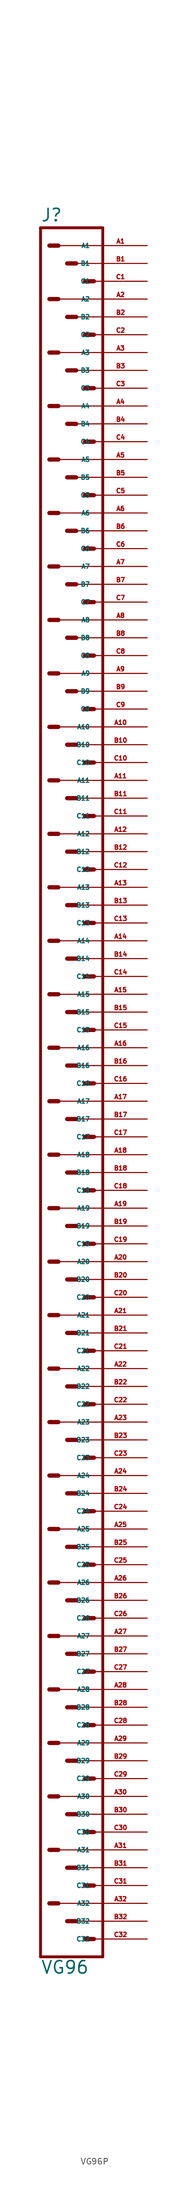
<source format=kicad_sym>
(kicad_symbol_lib
  (version 20220914)
  (generator Eagle2Kicad)
  (symbol "VG96P"
    (property "Reference" "J"
      (at -5.08 112.522 0)
      (effects (font (size 1.778 1.778) (thickness 0.22)) (justify left bottom)))
    (property "Value" "VG96"
      (at -5.08 -137.16 0)
      (effects (font (size 1.778 1.778) (thickness 0.22)) (justify left bottom)))
    (polyline
      (pts (xy 3.81 -134.62) (xy -5.08 -134.62))
      (stroke (width 0.406) (type default))
      (fill (type none)))
    (polyline
      (pts (xy -5.08 111.76) (xy -5.08 -134.62))
      (stroke (width 0.406) (type default))
      (fill (type none)))
    (polyline
      (pts (xy -5.08 111.76) (xy 3.81 111.76))
      (stroke (width 0.406) (type default))
      (fill (type none)))
    (polyline
      (pts (xy 3.81 -134.62) (xy 3.81 111.76))
      (stroke (width 0.406) (type default))
      (fill (type none)))
    (polyline
      (pts (xy 2.54 106.68) (xy 0 106.68))
      (stroke (width 0.152) (type default))
      (fill (type none)))
    (polyline
      (pts (xy -2.54 109.22) (xy 2.54 109.22))
      (stroke (width 0.152) (type default))
      (fill (type none)))
    (polyline
      (pts (xy 2.54 99.06) (xy 0 99.06))
      (stroke (width 0.152) (type default))
      (fill (type none)))
    (polyline
      (pts (xy -2.54 101.6) (xy 2.54 101.6))
      (stroke (width 0.152) (type default))
      (fill (type none)))
    (polyline
      (pts (xy 2.54 91.44) (xy 0 91.44))
      (stroke (width 0.152) (type default))
      (fill (type none)))
    (polyline
      (pts (xy -2.54 93.98) (xy 2.54 93.98))
      (stroke (width 0.152) (type default))
      (fill (type none)))
    (polyline
      (pts (xy -2.54 86.36) (xy 2.54 86.36))
      (stroke (width 0.152) (type default))
      (fill (type none)))
    (polyline
      (pts (xy 2.54 83.82) (xy 0 83.82))
      (stroke (width 0.152) (type default))
      (fill (type none)))
    (polyline
      (pts (xy 2.54 76.2) (xy 0 76.2))
      (stroke (width 0.152) (type default))
      (fill (type none)))
    (polyline
      (pts (xy -2.54 78.74) (xy 2.54 78.74))
      (stroke (width 0.152) (type default))
      (fill (type none)))
    (polyline
      (pts (xy 2.54 68.58) (xy 0 68.58))
      (stroke (width 0.152) (type default))
      (fill (type none)))
    (polyline
      (pts (xy -2.54 71.12) (xy 2.54 71.12))
      (stroke (width 0.152) (type default))
      (fill (type none)))
    (polyline
      (pts (xy 2.54 60.96) (xy 0 60.96))
      (stroke (width 0.152) (type default))
      (fill (type none)))
    (polyline
      (pts (xy -2.54 63.5) (xy 2.54 63.5))
      (stroke (width 0.152) (type default))
      (fill (type none)))
    (polyline
      (pts (xy 2.54 53.34) (xy 0 53.34))
      (stroke (width 0.152) (type default))
      (fill (type none)))
    (polyline
      (pts (xy -2.54 55.88) (xy 2.54 55.88))
      (stroke (width 0.152) (type default))
      (fill (type none)))
    (polyline
      (pts (xy 2.54 45.72) (xy 0 45.72))
      (stroke (width 0.152) (type default))
      (fill (type none)))
    (polyline
      (pts (xy -2.54 48.26) (xy 2.54 48.26))
      (stroke (width 0.152) (type default))
      (fill (type none)))
    (polyline
      (pts (xy 2.54 38.1) (xy 0 38.1))
      (stroke (width 0.152) (type default))
      (fill (type none)))
    (polyline
      (pts (xy -2.54 40.64) (xy 2.54 40.64))
      (stroke (width 0.152) (type default))
      (fill (type none)))
    (polyline
      (pts (xy 2.54 30.48) (xy 0 30.48))
      (stroke (width 0.152) (type default))
      (fill (type none)))
    (polyline
      (pts (xy -2.54 33.02) (xy 2.54 33.02))
      (stroke (width 0.152) (type default))
      (fill (type none)))
    (polyline
      (pts (xy 2.54 22.86) (xy 0 22.86))
      (stroke (width 0.152) (type default))
      (fill (type none)))
    (polyline
      (pts (xy -2.54 25.4) (xy 2.54 25.4))
      (stroke (width 0.152) (type default))
      (fill (type none)))
    (polyline
      (pts (xy 2.54 15.24) (xy 0 15.24))
      (stroke (width 0.152) (type default))
      (fill (type none)))
    (polyline
      (pts (xy -2.54 17.78) (xy 2.54 17.78))
      (stroke (width 0.152) (type default))
      (fill (type none)))
    (polyline
      (pts (xy 2.54 7.62) (xy 0 7.62))
      (stroke (width 0.152) (type default))
      (fill (type none)))
    (polyline
      (pts (xy -2.54 10.16) (xy 2.54 10.16))
      (stroke (width 0.152) (type default))
      (fill (type none)))
    (polyline
      (pts (xy 2.54 0) (xy 0 0))
      (stroke (width 0.152) (type default))
      (fill (type none)))
    (polyline
      (pts (xy -2.54 2.54) (xy 2.54 2.54))
      (stroke (width 0.152) (type default))
      (fill (type none)))
    (polyline
      (pts (xy 2.54 -7.62) (xy 0 -7.62))
      (stroke (width 0.152) (type default))
      (fill (type none)))
    (polyline
      (pts (xy -2.54 -5.08) (xy 2.54 -5.08))
      (stroke (width 0.152) (type default))
      (fill (type none)))
    (polyline
      (pts (xy 2.54 -15.24) (xy 0 -15.24))
      (stroke (width 0.152) (type default))
      (fill (type none)))
    (polyline
      (pts (xy -2.54 -12.7) (xy 2.54 -12.7))
      (stroke (width 0.152) (type default))
      (fill (type none)))
    (polyline
      (pts (xy 2.54 -22.86) (xy 0 -22.86))
      (stroke (width 0.152) (type default))
      (fill (type none)))
    (polyline
      (pts (xy -2.54 -20.32) (xy 2.54 -20.32))
      (stroke (width 0.152) (type default))
      (fill (type none)))
    (polyline
      (pts (xy 2.54 -30.48) (xy 0 -30.48))
      (stroke (width 0.152) (type default))
      (fill (type none)))
    (polyline
      (pts (xy -2.54 -27.94) (xy 2.54 -27.94))
      (stroke (width 0.152) (type default))
      (fill (type none)))
    (polyline
      (pts (xy 2.54 -38.1) (xy 0 -38.1))
      (stroke (width 0.152) (type default))
      (fill (type none)))
    (polyline
      (pts (xy -2.54 -35.56) (xy 2.54 -35.56))
      (stroke (width 0.152) (type default))
      (fill (type none)))
    (polyline
      (pts (xy 2.54 -45.72) (xy 0 -45.72))
      (stroke (width 0.152) (type default))
      (fill (type none)))
    (polyline
      (pts (xy -2.54 -43.18) (xy 2.54 -43.18))
      (stroke (width 0.152) (type default))
      (fill (type none)))
    (polyline
      (pts (xy 2.54 -53.34) (xy 0 -53.34))
      (stroke (width 0.152) (type default))
      (fill (type none)))
    (polyline
      (pts (xy -2.54 -50.8) (xy 2.54 -50.8))
      (stroke (width 0.152) (type default))
      (fill (type none)))
    (polyline
      (pts (xy 2.54 -60.96) (xy 0 -60.96))
      (stroke (width 0.152) (type default))
      (fill (type none)))
    (polyline
      (pts (xy -2.54 -58.42) (xy 2.54 -58.42))
      (stroke (width 0.152) (type default))
      (fill (type none)))
    (polyline
      (pts (xy 2.54 -68.58) (xy 0 -68.58))
      (stroke (width 0.152) (type default))
      (fill (type none)))
    (polyline
      (pts (xy -2.54 -66.04) (xy 2.54 -66.04))
      (stroke (width 0.152) (type default))
      (fill (type none)))
    (polyline
      (pts (xy 2.54 -76.2) (xy 0 -76.2))
      (stroke (width 0.152) (type default))
      (fill (type none)))
    (polyline
      (pts (xy -2.54 -73.66) (xy 2.54 -73.66))
      (stroke (width 0.152) (type default))
      (fill (type none)))
    (polyline
      (pts (xy 2.54 -83.82) (xy 0 -83.82))
      (stroke (width 0.152) (type default))
      (fill (type none)))
    (polyline
      (pts (xy -2.54 -81.28) (xy 2.54 -81.28))
      (stroke (width 0.152) (type default))
      (fill (type none)))
    (polyline
      (pts (xy 2.54 -91.44) (xy 0 -91.44))
      (stroke (width 0.152) (type default))
      (fill (type none)))
    (polyline
      (pts (xy 2.54 -99.06) (xy 0 -99.06))
      (stroke (width 0.152) (type default))
      (fill (type none)))
    (polyline
      (pts (xy 2.54 -106.68) (xy 0 -106.68))
      (stroke (width 0.152) (type default))
      (fill (type none)))
    (polyline
      (pts (xy -2.54 -88.9) (xy 2.54 -88.9))
      (stroke (width 0.152) (type default))
      (fill (type none)))
    (polyline
      (pts (xy -2.54 -96.52) (xy 2.54 -96.52))
      (stroke (width 0.152) (type default))
      (fill (type none)))
    (polyline
      (pts (xy -2.54 -104.14) (xy 2.54 -104.14))
      (stroke (width 0.152) (type default))
      (fill (type none)))
    (polyline
      (pts (xy 2.54 -114.3) (xy 0 -114.3))
      (stroke (width 0.152) (type default))
      (fill (type none)))
    (polyline
      (pts (xy -2.54 -111.76) (xy 2.54 -111.76))
      (stroke (width 0.152) (type default))
      (fill (type none)))
    (polyline
      (pts (xy 2.54 -121.92) (xy 0 -121.92))
      (stroke (width 0.152) (type default))
      (fill (type none)))
    (polyline
      (pts (xy -2.54 -119.38) (xy 2.54 -119.38))
      (stroke (width 0.152) (type default))
      (fill (type none)))
    (polyline
      (pts (xy -2.54 -127) (xy 2.54 -127))
      (stroke (width 0.152) (type default))
      (fill (type none)))
    (polyline
      (pts (xy 2.54 -129.54) (xy 0 -129.54))
      (stroke (width 0.152) (type default))
      (fill (type none)))
    (polyline
      (pts (xy -3.81 -127) (xy -2.54 -127))
      (stroke (width 0.61) (type default))
      (fill (type none)))
    (polyline
      (pts (xy -1.27 -129.54) (xy 0 -129.54))
      (stroke (width 0.61) (type default))
      (fill (type none)))
    (polyline
      (pts (xy 1.27 -132.08) (xy 2.54 -132.08))
      (stroke (width 0.61) (type default))
      (fill (type none)))
    (polyline
      (pts (xy -3.81 -119.38) (xy -2.54 -119.38))
      (stroke (width 0.61) (type default))
      (fill (type none)))
    (polyline
      (pts (xy -1.27 -121.92) (xy 0 -121.92))
      (stroke (width 0.61) (type default))
      (fill (type none)))
    (polyline
      (pts (xy 1.27 -124.46) (xy 2.54 -124.46))
      (stroke (width 0.61) (type default))
      (fill (type none)))
    (polyline
      (pts (xy -3.81 -111.76) (xy -2.54 -111.76))
      (stroke (width 0.61) (type default))
      (fill (type none)))
    (polyline
      (pts (xy -1.27 -114.3) (xy 0 -114.3))
      (stroke (width 0.61) (type default))
      (fill (type none)))
    (polyline
      (pts (xy 1.27 -116.84) (xy 2.54 -116.84))
      (stroke (width 0.61) (type default))
      (fill (type none)))
    (polyline
      (pts (xy -3.81 -104.14) (xy -2.54 -104.14))
      (stroke (width 0.61) (type default))
      (fill (type none)))
    (polyline
      (pts (xy -1.27 -106.68) (xy 0 -106.68))
      (stroke (width 0.61) (type default))
      (fill (type none)))
    (polyline
      (pts (xy 1.27 -109.22) (xy 2.54 -109.22))
      (stroke (width 0.61) (type default))
      (fill (type none)))
    (polyline
      (pts (xy -3.81 -96.52) (xy -2.54 -96.52))
      (stroke (width 0.61) (type default))
      (fill (type none)))
    (polyline
      (pts (xy -1.27 -99.06) (xy 0 -99.06))
      (stroke (width 0.61) (type default))
      (fill (type none)))
    (polyline
      (pts (xy 1.27 -101.6) (xy 2.54 -101.6))
      (stroke (width 0.61) (type default))
      (fill (type none)))
    (polyline
      (pts (xy -3.81 -88.9) (xy -2.54 -88.9))
      (stroke (width 0.61) (type default))
      (fill (type none)))
    (polyline
      (pts (xy -1.27 -91.44) (xy 0 -91.44))
      (stroke (width 0.61) (type default))
      (fill (type none)))
    (polyline
      (pts (xy 1.27 -93.98) (xy 2.54 -93.98))
      (stroke (width 0.61) (type default))
      (fill (type none)))
    (polyline
      (pts (xy -3.81 -81.28) (xy -2.54 -81.28))
      (stroke (width 0.61) (type default))
      (fill (type none)))
    (polyline
      (pts (xy -1.27 -83.82) (xy 0 -83.82))
      (stroke (width 0.61) (type default))
      (fill (type none)))
    (polyline
      (pts (xy 1.27 -86.36) (xy 2.54 -86.36))
      (stroke (width 0.61) (type default))
      (fill (type none)))
    (polyline
      (pts (xy -3.81 -73.66) (xy -2.54 -73.66))
      (stroke (width 0.61) (type default))
      (fill (type none)))
    (polyline
      (pts (xy -1.27 -76.2) (xy 0 -76.2))
      (stroke (width 0.61) (type default))
      (fill (type none)))
    (polyline
      (pts (xy 1.27 -78.74) (xy 2.54 -78.74))
      (stroke (width 0.61) (type default))
      (fill (type none)))
    (polyline
      (pts (xy -3.81 -66.04) (xy -2.54 -66.04))
      (stroke (width 0.61) (type default))
      (fill (type none)))
    (polyline
      (pts (xy -1.27 -68.58) (xy 0 -68.58))
      (stroke (width 0.61) (type default))
      (fill (type none)))
    (polyline
      (pts (xy 1.27 -71.12) (xy 2.54 -71.12))
      (stroke (width 0.61) (type default))
      (fill (type none)))
    (polyline
      (pts (xy -3.81 -58.42) (xy -2.54 -58.42))
      (stroke (width 0.61) (type default))
      (fill (type none)))
    (polyline
      (pts (xy -1.27 -60.96) (xy 0 -60.96))
      (stroke (width 0.61) (type default))
      (fill (type none)))
    (polyline
      (pts (xy 1.27 -63.5) (xy 2.54 -63.5))
      (stroke (width 0.61) (type default))
      (fill (type none)))
    (polyline
      (pts (xy -3.81 -50.8) (xy -2.54 -50.8))
      (stroke (width 0.61) (type default))
      (fill (type none)))
    (polyline
      (pts (xy -1.27 -53.34) (xy 0 -53.34))
      (stroke (width 0.61) (type default))
      (fill (type none)))
    (polyline
      (pts (xy 1.27 -55.88) (xy 2.54 -55.88))
      (stroke (width 0.61) (type default))
      (fill (type none)))
    (polyline
      (pts (xy -3.81 -43.18) (xy -2.54 -43.18))
      (stroke (width 0.61) (type default))
      (fill (type none)))
    (polyline
      (pts (xy -1.27 -45.72) (xy 0 -45.72))
      (stroke (width 0.61) (type default))
      (fill (type none)))
    (polyline
      (pts (xy 1.27 -48.26) (xy 2.54 -48.26))
      (stroke (width 0.61) (type default))
      (fill (type none)))
    (polyline
      (pts (xy -3.81 -35.56) (xy -2.54 -35.56))
      (stroke (width 0.61) (type default))
      (fill (type none)))
    (polyline
      (pts (xy -1.27 -38.1) (xy 0 -38.1))
      (stroke (width 0.61) (type default))
      (fill (type none)))
    (polyline
      (pts (xy 1.27 -40.64) (xy 2.54 -40.64))
      (stroke (width 0.61) (type default))
      (fill (type none)))
    (polyline
      (pts (xy -3.81 -27.94) (xy -2.54 -27.94))
      (stroke (width 0.61) (type default))
      (fill (type none)))
    (polyline
      (pts (xy -1.27 -30.48) (xy 0 -30.48))
      (stroke (width 0.61) (type default))
      (fill (type none)))
    (polyline
      (pts (xy 1.27 -33.02) (xy 2.54 -33.02))
      (stroke (width 0.61) (type default))
      (fill (type none)))
    (polyline
      (pts (xy -3.81 -20.32) (xy -2.54 -20.32))
      (stroke (width 0.61) (type default))
      (fill (type none)))
    (polyline
      (pts (xy -1.27 -22.86) (xy 0 -22.86))
      (stroke (width 0.61) (type default))
      (fill (type none)))
    (polyline
      (pts (xy 1.27 -25.4) (xy 2.54 -25.4))
      (stroke (width 0.61) (type default))
      (fill (type none)))
    (polyline
      (pts (xy -3.81 -12.7) (xy -2.54 -12.7))
      (stroke (width 0.61) (type default))
      (fill (type none)))
    (polyline
      (pts (xy -1.27 -15.24) (xy 0 -15.24))
      (stroke (width 0.61) (type default))
      (fill (type none)))
    (polyline
      (pts (xy 1.27 -17.78) (xy 2.54 -17.78))
      (stroke (width 0.61) (type default))
      (fill (type none)))
    (polyline
      (pts (xy -3.81 -5.08) (xy -2.54 -5.08))
      (stroke (width 0.61) (type default))
      (fill (type none)))
    (polyline
      (pts (xy -1.27 -7.62) (xy 0 -7.62))
      (stroke (width 0.61) (type default))
      (fill (type none)))
    (polyline
      (pts (xy 1.27 -10.16) (xy 2.54 -10.16))
      (stroke (width 0.61) (type default))
      (fill (type none)))
    (polyline
      (pts (xy -3.81 2.54) (xy -2.54 2.54))
      (stroke (width 0.61) (type default))
      (fill (type none)))
    (polyline
      (pts (xy -1.27 0) (xy 0 0))
      (stroke (width 0.61) (type default))
      (fill (type none)))
    (polyline
      (pts (xy 1.27 -2.54) (xy 2.54 -2.54))
      (stroke (width 0.61) (type default))
      (fill (type none)))
    (polyline
      (pts (xy -3.81 10.16) (xy -2.54 10.16))
      (stroke (width 0.61) (type default))
      (fill (type none)))
    (polyline
      (pts (xy -1.27 7.62) (xy 0 7.62))
      (stroke (width 0.61) (type default))
      (fill (type none)))
    (polyline
      (pts (xy 1.27 5.08) (xy 2.54 5.08))
      (stroke (width 0.61) (type default))
      (fill (type none)))
    (polyline
      (pts (xy -3.81 17.78) (xy -2.54 17.78))
      (stroke (width 0.61) (type default))
      (fill (type none)))
    (polyline
      (pts (xy -1.27 15.24) (xy 0 15.24))
      (stroke (width 0.61) (type default))
      (fill (type none)))
    (polyline
      (pts (xy 1.27 12.7) (xy 2.54 12.7))
      (stroke (width 0.61) (type default))
      (fill (type none)))
    (polyline
      (pts (xy -3.81 25.4) (xy -2.54 25.4))
      (stroke (width 0.61) (type default))
      (fill (type none)))
    (polyline
      (pts (xy -1.27 22.86) (xy 0 22.86))
      (stroke (width 0.61) (type default))
      (fill (type none)))
    (polyline
      (pts (xy 1.27 20.32) (xy 2.54 20.32))
      (stroke (width 0.61) (type default))
      (fill (type none)))
    (polyline
      (pts (xy -3.81 33.02) (xy -2.54 33.02))
      (stroke (width 0.61) (type default))
      (fill (type none)))
    (polyline
      (pts (xy -1.27 30.48) (xy 0 30.48))
      (stroke (width 0.61) (type default))
      (fill (type none)))
    (polyline
      (pts (xy 1.27 27.94) (xy 2.54 27.94))
      (stroke (width 0.61) (type default))
      (fill (type none)))
    (polyline
      (pts (xy -3.81 40.64) (xy -2.54 40.64))
      (stroke (width 0.61) (type default))
      (fill (type none)))
    (polyline
      (pts (xy -1.27 38.1) (xy 0 38.1))
      (stroke (width 0.61) (type default))
      (fill (type none)))
    (polyline
      (pts (xy 1.27 35.56) (xy 2.54 35.56))
      (stroke (width 0.61) (type default))
      (fill (type none)))
    (polyline
      (pts (xy -3.81 48.26) (xy -2.54 48.26))
      (stroke (width 0.61) (type default))
      (fill (type none)))
    (polyline
      (pts (xy -1.27 45.72) (xy 0 45.72))
      (stroke (width 0.61) (type default))
      (fill (type none)))
    (polyline
      (pts (xy 1.27 43.18) (xy 2.54 43.18))
      (stroke (width 0.61) (type default))
      (fill (type none)))
    (polyline
      (pts (xy -3.81 55.88) (xy -2.54 55.88))
      (stroke (width 0.61) (type default))
      (fill (type none)))
    (polyline
      (pts (xy -1.27 53.34) (xy 0 53.34))
      (stroke (width 0.61) (type default))
      (fill (type none)))
    (polyline
      (pts (xy 1.27 50.8) (xy 2.54 50.8))
      (stroke (width 0.61) (type default))
      (fill (type none)))
    (polyline
      (pts (xy -3.81 63.5) (xy -2.54 63.5))
      (stroke (width 0.61) (type default))
      (fill (type none)))
    (polyline
      (pts (xy -1.27 60.96) (xy 0 60.96))
      (stroke (width 0.61) (type default))
      (fill (type none)))
    (polyline
      (pts (xy 1.27 58.42) (xy 2.54 58.42))
      (stroke (width 0.61) (type default))
      (fill (type none)))
    (polyline
      (pts (xy -3.81 71.12) (xy -2.54 71.12))
      (stroke (width 0.61) (type default))
      (fill (type none)))
    (polyline
      (pts (xy -1.27 68.58) (xy 0 68.58))
      (stroke (width 0.61) (type default))
      (fill (type none)))
    (polyline
      (pts (xy 1.27 66.04) (xy 2.54 66.04))
      (stroke (width 0.61) (type default))
      (fill (type none)))
    (polyline
      (pts (xy -3.81 78.74) (xy -2.54 78.74))
      (stroke (width 0.61) (type default))
      (fill (type none)))
    (polyline
      (pts (xy -1.27 76.2) (xy 0 76.2))
      (stroke (width 0.61) (type default))
      (fill (type none)))
    (polyline
      (pts (xy 1.27 73.66) (xy 2.54 73.66))
      (stroke (width 0.61) (type default))
      (fill (type none)))
    (polyline
      (pts (xy -3.81 86.36) (xy -2.54 86.36))
      (stroke (width 0.61) (type default))
      (fill (type none)))
    (polyline
      (pts (xy -1.27 83.82) (xy 0 83.82))
      (stroke (width 0.61) (type default))
      (fill (type none)))
    (polyline
      (pts (xy 1.27 81.28) (xy 2.54 81.28))
      (stroke (width 0.61) (type default))
      (fill (type none)))
    (polyline
      (pts (xy -3.81 93.98) (xy -2.54 93.98))
      (stroke (width 0.61) (type default))
      (fill (type none)))
    (polyline
      (pts (xy -1.27 91.44) (xy 0 91.44))
      (stroke (width 0.61) (type default))
      (fill (type none)))
    (polyline
      (pts (xy 1.27 88.9) (xy 2.54 88.9))
      (stroke (width 0.61) (type default))
      (fill (type none)))
    (polyline
      (pts (xy -3.81 101.6) (xy -2.54 101.6))
      (stroke (width 0.61) (type default))
      (fill (type none)))
    (polyline
      (pts (xy -1.27 99.06) (xy 0 99.06))
      (stroke (width 0.61) (type default))
      (fill (type none)))
    (polyline
      (pts (xy 1.27 96.52) (xy 2.54 96.52))
      (stroke (width 0.61) (type default))
      (fill (type none)))
    (polyline
      (pts (xy -3.81 109.22) (xy -2.54 109.22))
      (stroke (width 0.61) (type default))
      (fill (type none)))
    (polyline
      (pts (xy -1.27 106.68) (xy 0 106.68))
      (stroke (width 0.61) (type default))
      (fill (type none)))
    (polyline
      (pts (xy 1.27 104.14) (xy 2.54 104.14))
      (stroke (width 0.61) (type default))
      (fill (type none)))
    (pin passive line
      (at 10.16 106.68 180)
      (length 7.62)
      (name "B1" (effects (font (size 0.635 0.635) (thickness 0.08)) (justify left bottom)))
      (number "B1" (effects (font (size 0.635 0.635) (thickness 0.08)) (justify left bottom))))
    (pin passive line
      (at 10.16 99.06 180)
      (length 7.62)
      (name "B2" (effects (font (size 0.635 0.635) (thickness 0.08)) (justify left bottom)))
      (number "B2" (effects (font (size 0.635 0.635) (thickness 0.08)) (justify left bottom))))
    (pin passive line
      (at 10.16 91.44 180)
      (length 7.62)
      (name "B3" (effects (font (size 0.635 0.635) (thickness 0.08)) (justify left bottom)))
      (number "B3" (effects (font (size 0.635 0.635) (thickness 0.08)) (justify left bottom))))
    (pin passive line
      (at 10.16 83.82 180)
      (length 7.62)
      (name "B4" (effects (font (size 0.635 0.635) (thickness 0.08)) (justify left bottom)))
      (number "B4" (effects (font (size 0.635 0.635) (thickness 0.08)) (justify left bottom))))
    (pin passive line
      (at 10.16 76.2 180)
      (length 7.62)
      (name "B5" (effects (font (size 0.635 0.635) (thickness 0.08)) (justify left bottom)))
      (number "B5" (effects (font (size 0.635 0.635) (thickness 0.08)) (justify left bottom))))
    (pin passive line
      (at 10.16 68.58 180)
      (length 7.62)
      (name "B6" (effects (font (size 0.635 0.635) (thickness 0.08)) (justify left bottom)))
      (number "B6" (effects (font (size 0.635 0.635) (thickness 0.08)) (justify left bottom))))
    (pin passive line
      (at 10.16 60.96 180)
      (length 7.62)
      (name "B7" (effects (font (size 0.635 0.635) (thickness 0.08)) (justify left bottom)))
      (number "B7" (effects (font (size 0.635 0.635) (thickness 0.08)) (justify left bottom))))
    (pin passive line
      (at 10.16 53.34 180)
      (length 7.62)
      (name "B8" (effects (font (size 0.635 0.635) (thickness 0.08)) (justify left bottom)))
      (number "B8" (effects (font (size 0.635 0.635) (thickness 0.08)) (justify left bottom))))
    (pin passive line
      (at 10.16 45.72 180)
      (length 7.62)
      (name "B9" (effects (font (size 0.635 0.635) (thickness 0.08)) (justify left bottom)))
      (number "B9" (effects (font (size 0.635 0.635) (thickness 0.08)) (justify left bottom))))
    (pin passive line
      (at 10.16 38.1 180)
      (length 7.62)
      (name "B10" (effects (font (size 0.635 0.635) (thickness 0.08)) (justify left bottom)))
      (number "B10" (effects (font (size 0.635 0.635) (thickness 0.08)) (justify left bottom))))
    (pin passive line
      (at 10.16 30.48 180)
      (length 7.62)
      (name "B11" (effects (font (size 0.635 0.635) (thickness 0.08)) (justify left bottom)))
      (number "B11" (effects (font (size 0.635 0.635) (thickness 0.08)) (justify left bottom))))
    (pin passive line
      (at 10.16 22.86 180)
      (length 7.62)
      (name "B12" (effects (font (size 0.635 0.635) (thickness 0.08)) (justify left bottom)))
      (number "B12" (effects (font (size 0.635 0.635) (thickness 0.08)) (justify left bottom))))
    (pin passive line
      (at 10.16 15.24 180)
      (length 7.62)
      (name "B13" (effects (font (size 0.635 0.635) (thickness 0.08)) (justify left bottom)))
      (number "B13" (effects (font (size 0.635 0.635) (thickness 0.08)) (justify left bottom))))
    (pin passive line
      (at 10.16 7.62 180)
      (length 7.62)
      (name "B14" (effects (font (size 0.635 0.635) (thickness 0.08)) (justify left bottom)))
      (number "B14" (effects (font (size 0.635 0.635) (thickness 0.08)) (justify left bottom))))
    (pin passive line
      (at 10.16 0 180)
      (length 7.62)
      (name "B15" (effects (font (size 0.635 0.635) (thickness 0.08)) (justify left bottom)))
      (number "B15" (effects (font (size 0.635 0.635) (thickness 0.08)) (justify left bottom))))
    (pin passive line
      (at 10.16 -7.62 180)
      (length 7.62)
      (name "B16" (effects (font (size 0.635 0.635) (thickness 0.08)) (justify left bottom)))
      (number "B16" (effects (font (size 0.635 0.635) (thickness 0.08)) (justify left bottom))))
    (pin passive line
      (at 10.16 -15.24 180)
      (length 7.62)
      (name "B17" (effects (font (size 0.635 0.635) (thickness 0.08)) (justify left bottom)))
      (number "B17" (effects (font (size 0.635 0.635) (thickness 0.08)) (justify left bottom))))
    (pin passive line
      (at 10.16 -22.86 180)
      (length 7.62)
      (name "B18" (effects (font (size 0.635 0.635) (thickness 0.08)) (justify left bottom)))
      (number "B18" (effects (font (size 0.635 0.635) (thickness 0.08)) (justify left bottom))))
    (pin passive line
      (at 10.16 -30.48 180)
      (length 7.62)
      (name "B19" (effects (font (size 0.635 0.635) (thickness 0.08)) (justify left bottom)))
      (number "B19" (effects (font (size 0.635 0.635) (thickness 0.08)) (justify left bottom))))
    (pin passive line
      (at 10.16 -38.1 180)
      (length 7.62)
      (name "B20" (effects (font (size 0.635 0.635) (thickness 0.08)) (justify left bottom)))
      (number "B20" (effects (font (size 0.635 0.635) (thickness 0.08)) (justify left bottom))))
    (pin passive line
      (at 10.16 -45.72 180)
      (length 7.62)
      (name "B21" (effects (font (size 0.635 0.635) (thickness 0.08)) (justify left bottom)))
      (number "B21" (effects (font (size 0.635 0.635) (thickness 0.08)) (justify left bottom))))
    (pin passive line
      (at 10.16 -53.34 180)
      (length 7.62)
      (name "B22" (effects (font (size 0.635 0.635) (thickness 0.08)) (justify left bottom)))
      (number "B22" (effects (font (size 0.635 0.635) (thickness 0.08)) (justify left bottom))))
    (pin passive line
      (at 10.16 -60.96 180)
      (length 7.62)
      (name "B23" (effects (font (size 0.635 0.635) (thickness 0.08)) (justify left bottom)))
      (number "B23" (effects (font (size 0.635 0.635) (thickness 0.08)) (justify left bottom))))
    (pin passive line
      (at 10.16 -68.58 180)
      (length 7.62)
      (name "B24" (effects (font (size 0.635 0.635) (thickness 0.08)) (justify left bottom)))
      (number "B24" (effects (font (size 0.635 0.635) (thickness 0.08)) (justify left bottom))))
    (pin passive line
      (at 10.16 -76.2 180)
      (length 7.62)
      (name "B25" (effects (font (size 0.635 0.635) (thickness 0.08)) (justify left bottom)))
      (number "B25" (effects (font (size 0.635 0.635) (thickness 0.08)) (justify left bottom))))
    (pin passive line
      (at 10.16 -83.82 180)
      (length 7.62)
      (name "B26" (effects (font (size 0.635 0.635) (thickness 0.08)) (justify left bottom)))
      (number "B26" (effects (font (size 0.635 0.635) (thickness 0.08)) (justify left bottom))))
    (pin passive line
      (at 10.16 -91.44 180)
      (length 7.62)
      (name "B27" (effects (font (size 0.635 0.635) (thickness 0.08)) (justify left bottom)))
      (number "B27" (effects (font (size 0.635 0.635) (thickness 0.08)) (justify left bottom))))
    (pin passive line
      (at 10.16 -99.06 180)
      (length 7.62)
      (name "B28" (effects (font (size 0.635 0.635) (thickness 0.08)) (justify left bottom)))
      (number "B28" (effects (font (size 0.635 0.635) (thickness 0.08)) (justify left bottom))))
    (pin passive line
      (at 10.16 -106.68 180)
      (length 7.62)
      (name "B29" (effects (font (size 0.635 0.635) (thickness 0.08)) (justify left bottom)))
      (number "B29" (effects (font (size 0.635 0.635) (thickness 0.08)) (justify left bottom))))
    (pin passive line
      (at 10.16 -114.3 180)
      (length 7.62)
      (name "B30" (effects (font (size 0.635 0.635) (thickness 0.08)) (justify left bottom)))
      (number "B30" (effects (font (size 0.635 0.635) (thickness 0.08)) (justify left bottom))))
    (pin passive line
      (at 10.16 -121.92 180)
      (length 7.62)
      (name "B31" (effects (font (size 0.635 0.635) (thickness 0.08)) (justify left bottom)))
      (number "B31" (effects (font (size 0.635 0.635) (thickness 0.08)) (justify left bottom))))
    (pin passive line
      (at 10.16 -129.54 180)
      (length 7.62)
      (name "B32" (effects (font (size 0.635 0.635) (thickness 0.08)) (justify left bottom)))
      (number "B32" (effects (font (size 0.635 0.635) (thickness 0.08)) (justify left bottom))))
    (pin passive line
      (at 10.16 109.22 180)
      (length 7.62)
      (name "A1" (effects (font (size 0.635 0.635) (thickness 0.08)) (justify left bottom)))
      (number "A1" (effects (font (size 0.635 0.635) (thickness 0.08)) (justify left bottom))))
    (pin passive line
      (at 10.16 101.6 180)
      (length 7.62)
      (name "A2" (effects (font (size 0.635 0.635) (thickness 0.08)) (justify left bottom)))
      (number "A2" (effects (font (size 0.635 0.635) (thickness 0.08)) (justify left bottom))))
    (pin passive line
      (at 10.16 93.98 180)
      (length 7.62)
      (name "A3" (effects (font (size 0.635 0.635) (thickness 0.08)) (justify left bottom)))
      (number "A3" (effects (font (size 0.635 0.635) (thickness 0.08)) (justify left bottom))))
    (pin passive line
      (at 10.16 86.36 180)
      (length 7.62)
      (name "A4" (effects (font (size 0.635 0.635) (thickness 0.08)) (justify left bottom)))
      (number "A4" (effects (font (size 0.635 0.635) (thickness 0.08)) (justify left bottom))))
    (pin passive line
      (at 10.16 78.74 180)
      (length 7.62)
      (name "A5" (effects (font (size 0.635 0.635) (thickness 0.08)) (justify left bottom)))
      (number "A5" (effects (font (size 0.635 0.635) (thickness 0.08)) (justify left bottom))))
    (pin passive line
      (at 10.16 71.12 180)
      (length 7.62)
      (name "A6" (effects (font (size 0.635 0.635) (thickness 0.08)) (justify left bottom)))
      (number "A6" (effects (font (size 0.635 0.635) (thickness 0.08)) (justify left bottom))))
    (pin passive line
      (at 10.16 63.5 180)
      (length 7.62)
      (name "A7" (effects (font (size 0.635 0.635) (thickness 0.08)) (justify left bottom)))
      (number "A7" (effects (font (size 0.635 0.635) (thickness 0.08)) (justify left bottom))))
    (pin passive line
      (at 10.16 55.88 180)
      (length 7.62)
      (name "A8" (effects (font (size 0.635 0.635) (thickness 0.08)) (justify left bottom)))
      (number "A8" (effects (font (size 0.635 0.635) (thickness 0.08)) (justify left bottom))))
    (pin passive line
      (at 10.16 48.26 180)
      (length 7.62)
      (name "A9" (effects (font (size 0.635 0.635) (thickness 0.08)) (justify left bottom)))
      (number "A9" (effects (font (size 0.635 0.635) (thickness 0.08)) (justify left bottom))))
    (pin passive line
      (at 10.16 40.64 180)
      (length 7.62)
      (name "A10" (effects (font (size 0.635 0.635) (thickness 0.08)) (justify left bottom)))
      (number "A10" (effects (font (size 0.635 0.635) (thickness 0.08)) (justify left bottom))))
    (pin passive line
      (at 10.16 33.02 180)
      (length 7.62)
      (name "A11" (effects (font (size 0.635 0.635) (thickness 0.08)) (justify left bottom)))
      (number "A11" (effects (font (size 0.635 0.635) (thickness 0.08)) (justify left bottom))))
    (pin passive line
      (at 10.16 25.4 180)
      (length 7.62)
      (name "A12" (effects (font (size 0.635 0.635) (thickness 0.08)) (justify left bottom)))
      (number "A12" (effects (font (size 0.635 0.635) (thickness 0.08)) (justify left bottom))))
    (pin passive line
      (at 10.16 17.78 180)
      (length 7.62)
      (name "A13" (effects (font (size 0.635 0.635) (thickness 0.08)) (justify left bottom)))
      (number "A13" (effects (font (size 0.635 0.635) (thickness 0.08)) (justify left bottom))))
    (pin passive line
      (at 10.16 10.16 180)
      (length 7.62)
      (name "A14" (effects (font (size 0.635 0.635) (thickness 0.08)) (justify left bottom)))
      (number "A14" (effects (font (size 0.635 0.635) (thickness 0.08)) (justify left bottom))))
    (pin passive line
      (at 10.16 2.54 180)
      (length 7.62)
      (name "A15" (effects (font (size 0.635 0.635) (thickness 0.08)) (justify left bottom)))
      (number "A15" (effects (font (size 0.635 0.635) (thickness 0.08)) (justify left bottom))))
    (pin passive line
      (at 10.16 -5.08 180)
      (length 7.62)
      (name "A16" (effects (font (size 0.635 0.635) (thickness 0.08)) (justify left bottom)))
      (number "A16" (effects (font (size 0.635 0.635) (thickness 0.08)) (justify left bottom))))
    (pin passive line
      (at 10.16 -12.7 180)
      (length 7.62)
      (name "A17" (effects (font (size 0.635 0.635) (thickness 0.08)) (justify left bottom)))
      (number "A17" (effects (font (size 0.635 0.635) (thickness 0.08)) (justify left bottom))))
    (pin passive line
      (at 10.16 -20.32 180)
      (length 7.62)
      (name "A18" (effects (font (size 0.635 0.635) (thickness 0.08)) (justify left bottom)))
      (number "A18" (effects (font (size 0.635 0.635) (thickness 0.08)) (justify left bottom))))
    (pin passive line
      (at 10.16 -27.94 180)
      (length 7.62)
      (name "A19" (effects (font (size 0.635 0.635) (thickness 0.08)) (justify left bottom)))
      (number "A19" (effects (font (size 0.635 0.635) (thickness 0.08)) (justify left bottom))))
    (pin passive line
      (at 10.16 -35.56 180)
      (length 7.62)
      (name "A20" (effects (font (size 0.635 0.635) (thickness 0.08)) (justify left bottom)))
      (number "A20" (effects (font (size 0.635 0.635) (thickness 0.08)) (justify left bottom))))
    (pin passive line
      (at 10.16 -43.18 180)
      (length 7.62)
      (name "A21" (effects (font (size 0.635 0.635) (thickness 0.08)) (justify left bottom)))
      (number "A21" (effects (font (size 0.635 0.635) (thickness 0.08)) (justify left bottom))))
    (pin passive line
      (at 10.16 -50.8 180)
      (length 7.62)
      (name "A22" (effects (font (size 0.635 0.635) (thickness 0.08)) (justify left bottom)))
      (number "A22" (effects (font (size 0.635 0.635) (thickness 0.08)) (justify left bottom))))
    (pin passive line
      (at 10.16 -58.42 180)
      (length 7.62)
      (name "A23" (effects (font (size 0.635 0.635) (thickness 0.08)) (justify left bottom)))
      (number "A23" (effects (font (size 0.635 0.635) (thickness 0.08)) (justify left bottom))))
    (pin passive line
      (at 10.16 -66.04 180)
      (length 7.62)
      (name "A24" (effects (font (size 0.635 0.635) (thickness 0.08)) (justify left bottom)))
      (number "A24" (effects (font (size 0.635 0.635) (thickness 0.08)) (justify left bottom))))
    (pin passive line
      (at 10.16 -73.66 180)
      (length 7.62)
      (name "A25" (effects (font (size 0.635 0.635) (thickness 0.08)) (justify left bottom)))
      (number "A25" (effects (font (size 0.635 0.635) (thickness 0.08)) (justify left bottom))))
    (pin passive line
      (at 10.16 -81.28 180)
      (length 7.62)
      (name "A26" (effects (font (size 0.635 0.635) (thickness 0.08)) (justify left bottom)))
      (number "A26" (effects (font (size 0.635 0.635) (thickness 0.08)) (justify left bottom))))
    (pin passive line
      (at 10.16 -88.9 180)
      (length 7.62)
      (name "A27" (effects (font (size 0.635 0.635) (thickness 0.08)) (justify left bottom)))
      (number "A27" (effects (font (size 0.635 0.635) (thickness 0.08)) (justify left bottom))))
    (pin passive line
      (at 10.16 -96.52 180)
      (length 7.62)
      (name "A28" (effects (font (size 0.635 0.635) (thickness 0.08)) (justify left bottom)))
      (number "A28" (effects (font (size 0.635 0.635) (thickness 0.08)) (justify left bottom))))
    (pin passive line
      (at 10.16 -104.14 180)
      (length 7.62)
      (name "A29" (effects (font (size 0.635 0.635) (thickness 0.08)) (justify left bottom)))
      (number "A29" (effects (font (size 0.635 0.635) (thickness 0.08)) (justify left bottom))))
    (pin passive line
      (at 10.16 -111.76 180)
      (length 7.62)
      (name "A30" (effects (font (size 0.635 0.635) (thickness 0.08)) (justify left bottom)))
      (number "A30" (effects (font (size 0.635 0.635) (thickness 0.08)) (justify left bottom))))
    (pin passive line
      (at 10.16 -119.38 180)
      (length 7.62)
      (name "A31" (effects (font (size 0.635 0.635) (thickness 0.08)) (justify left bottom)))
      (number "A31" (effects (font (size 0.635 0.635) (thickness 0.08)) (justify left bottom))))
    (pin passive line
      (at 10.16 -127 180)
      (length 7.62)
      (name "A32" (effects (font (size 0.635 0.635) (thickness 0.08)) (justify left bottom)))
      (number "A32" (effects (font (size 0.635 0.635) (thickness 0.08)) (justify left bottom))))
    (pin passive line
      (at 10.16 104.14 180)
      (length 7.62)
      (name "C1" (effects (font (size 0.635 0.635) (thickness 0.08)) (justify left bottom)))
      (number "C1" (effects (font (size 0.635 0.635) (thickness 0.08)) (justify left bottom))))
    (pin passive line
      (at 10.16 96.52 180)
      (length 7.62)
      (name "C2" (effects (font (size 0.635 0.635) (thickness 0.08)) (justify left bottom)))
      (number "C2" (effects (font (size 0.635 0.635) (thickness 0.08)) (justify left bottom))))
    (pin passive line
      (at 10.16 88.9 180)
      (length 7.62)
      (name "C3" (effects (font (size 0.635 0.635) (thickness 0.08)) (justify left bottom)))
      (number "C3" (effects (font (size 0.635 0.635) (thickness 0.08)) (justify left bottom))))
    (pin passive line
      (at 10.16 81.28 180)
      (length 7.62)
      (name "C4" (effects (font (size 0.635 0.635) (thickness 0.08)) (justify left bottom)))
      (number "C4" (effects (font (size 0.635 0.635) (thickness 0.08)) (justify left bottom))))
    (pin passive line
      (at 10.16 73.66 180)
      (length 7.62)
      (name "C5" (effects (font (size 0.635 0.635) (thickness 0.08)) (justify left bottom)))
      (number "C5" (effects (font (size 0.635 0.635) (thickness 0.08)) (justify left bottom))))
    (pin passive line
      (at 10.16 66.04 180)
      (length 7.62)
      (name "C6" (effects (font (size 0.635 0.635) (thickness 0.08)) (justify left bottom)))
      (number "C6" (effects (font (size 0.635 0.635) (thickness 0.08)) (justify left bottom))))
    (pin passive line
      (at 10.16 58.42 180)
      (length 7.62)
      (name "C7" (effects (font (size 0.635 0.635) (thickness 0.08)) (justify left bottom)))
      (number "C7" (effects (font (size 0.635 0.635) (thickness 0.08)) (justify left bottom))))
    (pin passive line
      (at 10.16 50.8 180)
      (length 7.62)
      (name "C8" (effects (font (size 0.635 0.635) (thickness 0.08)) (justify left bottom)))
      (number "C8" (effects (font (size 0.635 0.635) (thickness 0.08)) (justify left bottom))))
    (pin passive line
      (at 10.16 43.18 180)
      (length 7.62)
      (name "C9" (effects (font (size 0.635 0.635) (thickness 0.08)) (justify left bottom)))
      (number "C9" (effects (font (size 0.635 0.635) (thickness 0.08)) (justify left bottom))))
    (pin passive line
      (at 10.16 35.56 180)
      (length 7.62)
      (name "C10" (effects (font (size 0.635 0.635) (thickness 0.08)) (justify left bottom)))
      (number "C10" (effects (font (size 0.635 0.635) (thickness 0.08)) (justify left bottom))))
    (pin passive line
      (at 10.16 27.94 180)
      (length 7.62)
      (name "C11" (effects (font (size 0.635 0.635) (thickness 0.08)) (justify left bottom)))
      (number "C11" (effects (font (size 0.635 0.635) (thickness 0.08)) (justify left bottom))))
    (pin passive line
      (at 10.16 20.32 180)
      (length 7.62)
      (name "C12" (effects (font (size 0.635 0.635) (thickness 0.08)) (justify left bottom)))
      (number "C12" (effects (font (size 0.635 0.635) (thickness 0.08)) (justify left bottom))))
    (pin passive line
      (at 10.16 12.7 180)
      (length 7.62)
      (name "C13" (effects (font (size 0.635 0.635) (thickness 0.08)) (justify left bottom)))
      (number "C13" (effects (font (size 0.635 0.635) (thickness 0.08)) (justify left bottom))))
    (pin passive line
      (at 10.16 5.08 180)
      (length 7.62)
      (name "C14" (effects (font (size 0.635 0.635) (thickness 0.08)) (justify left bottom)))
      (number "C14" (effects (font (size 0.635 0.635) (thickness 0.08)) (justify left bottom))))
    (pin passive line
      (at 10.16 -2.54 180)
      (length 7.62)
      (name "C15" (effects (font (size 0.635 0.635) (thickness 0.08)) (justify left bottom)))
      (number "C15" (effects (font (size 0.635 0.635) (thickness 0.08)) (justify left bottom))))
    (pin passive line
      (at 10.16 -10.16 180)
      (length 7.62)
      (name "C16" (effects (font (size 0.635 0.635) (thickness 0.08)) (justify left bottom)))
      (number "C16" (effects (font (size 0.635 0.635) (thickness 0.08)) (justify left bottom))))
    (pin passive line
      (at 10.16 -17.78 180)
      (length 7.62)
      (name "C17" (effects (font (size 0.635 0.635) (thickness 0.08)) (justify left bottom)))
      (number "C17" (effects (font (size 0.635 0.635) (thickness 0.08)) (justify left bottom))))
    (pin passive line
      (at 10.16 -25.4 180)
      (length 7.62)
      (name "C18" (effects (font (size 0.635 0.635) (thickness 0.08)) (justify left bottom)))
      (number "C18" (effects (font (size 0.635 0.635) (thickness 0.08)) (justify left bottom))))
    (pin passive line
      (at 10.16 -33.02 180)
      (length 7.62)
      (name "C19" (effects (font (size 0.635 0.635) (thickness 0.08)) (justify left bottom)))
      (number "C19" (effects (font (size 0.635 0.635) (thickness 0.08)) (justify left bottom))))
    (pin passive line
      (at 10.16 -40.64 180)
      (length 7.62)
      (name "C20" (effects (font (size 0.635 0.635) (thickness 0.08)) (justify left bottom)))
      (number "C20" (effects (font (size 0.635 0.635) (thickness 0.08)) (justify left bottom))))
    (pin passive line
      (at 10.16 -48.26 180)
      (length 7.62)
      (name "C21" (effects (font (size 0.635 0.635) (thickness 0.08)) (justify left bottom)))
      (number "C21" (effects (font (size 0.635 0.635) (thickness 0.08)) (justify left bottom))))
    (pin passive line
      (at 10.16 -55.88 180)
      (length 7.62)
      (name "C22" (effects (font (size 0.635 0.635) (thickness 0.08)) (justify left bottom)))
      (number "C22" (effects (font (size 0.635 0.635) (thickness 0.08)) (justify left bottom))))
    (pin passive line
      (at 10.16 -63.5 180)
      (length 7.62)
      (name "C23" (effects (font (size 0.635 0.635) (thickness 0.08)) (justify left bottom)))
      (number "C23" (effects (font (size 0.635 0.635) (thickness 0.08)) (justify left bottom))))
    (pin passive line
      (at 10.16 -71.12 180)
      (length 7.62)
      (name "C24" (effects (font (size 0.635 0.635) (thickness 0.08)) (justify left bottom)))
      (number "C24" (effects (font (size 0.635 0.635) (thickness 0.08)) (justify left bottom))))
    (pin passive line
      (at 10.16 -78.74 180)
      (length 7.62)
      (name "C25" (effects (font (size 0.635 0.635) (thickness 0.08)) (justify left bottom)))
      (number "C25" (effects (font (size 0.635 0.635) (thickness 0.08)) (justify left bottom))))
    (pin passive line
      (at 10.16 -86.36 180)
      (length 7.62)
      (name "C26" (effects (font (size 0.635 0.635) (thickness 0.08)) (justify left bottom)))
      (number "C26" (effects (font (size 0.635 0.635) (thickness 0.08)) (justify left bottom))))
    (pin passive line
      (at 10.16 -93.98 180)
      (length 7.62)
      (name "C27" (effects (font (size 0.635 0.635) (thickness 0.08)) (justify left bottom)))
      (number "C27" (effects (font (size 0.635 0.635) (thickness 0.08)) (justify left bottom))))
    (pin passive line
      (at 10.16 -101.6 180)
      (length 7.62)
      (name "C28" (effects (font (size 0.635 0.635) (thickness 0.08)) (justify left bottom)))
      (number "C28" (effects (font (size 0.635 0.635) (thickness 0.08)) (justify left bottom))))
    (pin passive line
      (at 10.16 -109.22 180)
      (length 7.62)
      (name "C29" (effects (font (size 0.635 0.635) (thickness 0.08)) (justify left bottom)))
      (number "C29" (effects (font (size 0.635 0.635) (thickness 0.08)) (justify left bottom))))
    (pin passive line
      (at 10.16 -116.84 180)
      (length 7.62)
      (name "C30" (effects (font (size 0.635 0.635) (thickness 0.08)) (justify left bottom)))
      (number "C30" (effects (font (size 0.635 0.635) (thickness 0.08)) (justify left bottom))))
    (pin passive line
      (at 10.16 -124.46 180)
      (length 7.62)
      (name "C31" (effects (font (size 0.635 0.635) (thickness 0.08)) (justify left bottom)))
      (number "C31" (effects (font (size 0.635 0.635) (thickness 0.08)) (justify left bottom))))
    (pin passive line
      (at 10.16 -132.08 180)
      (length 7.62)
      (name "C32" (effects (font (size 0.635 0.635) (thickness 0.08)) (justify left bottom)))
      (number "C32" (effects (font (size 0.635 0.635) (thickness 0.08)) (justify left bottom))))))
</source>
